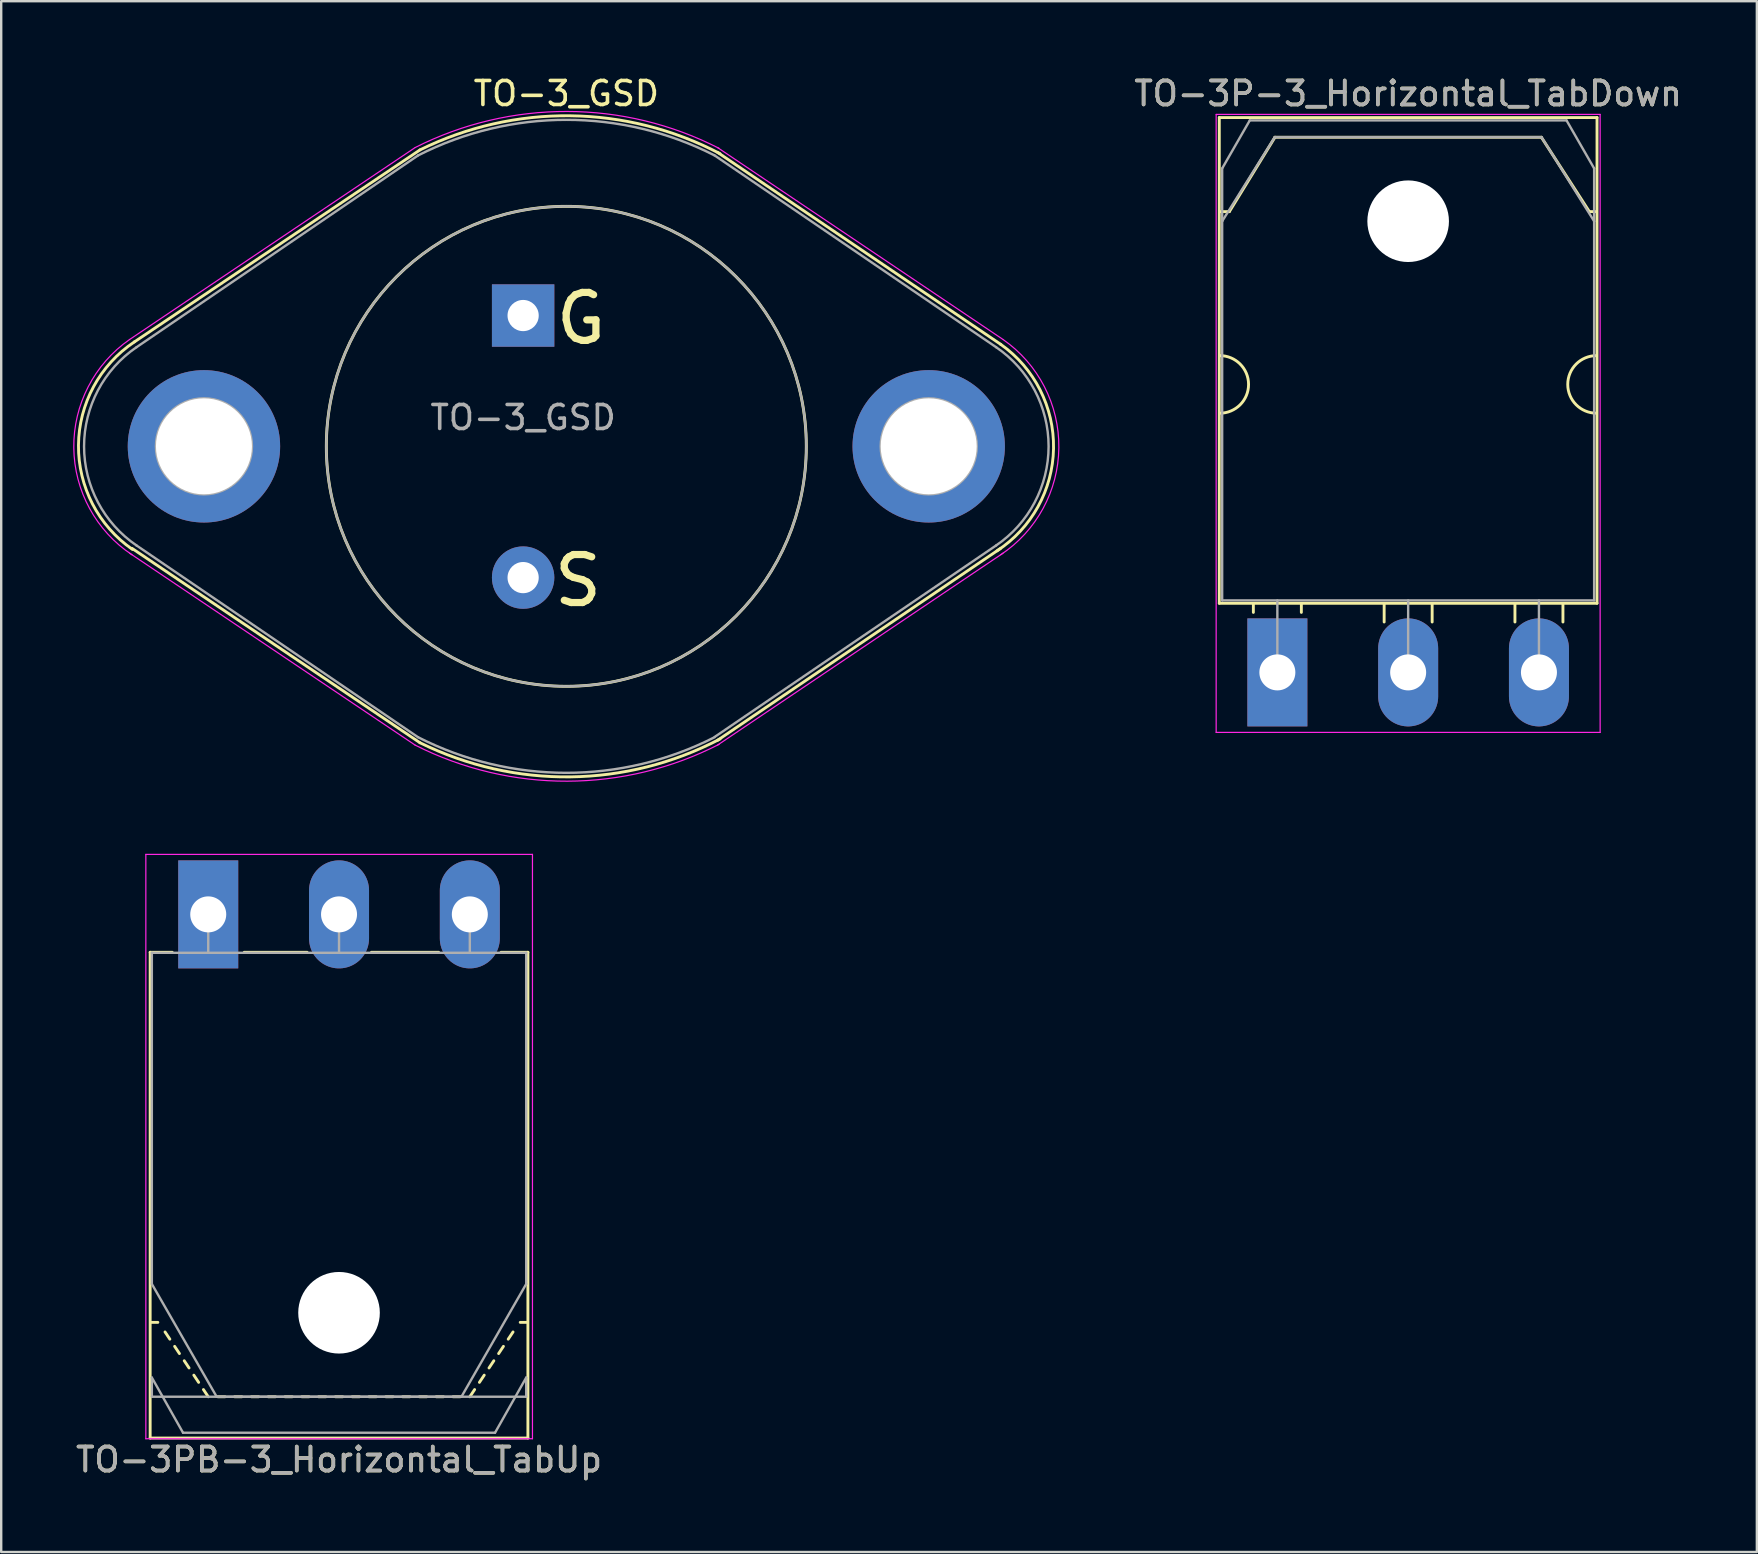
<source format=kicad_pcb>
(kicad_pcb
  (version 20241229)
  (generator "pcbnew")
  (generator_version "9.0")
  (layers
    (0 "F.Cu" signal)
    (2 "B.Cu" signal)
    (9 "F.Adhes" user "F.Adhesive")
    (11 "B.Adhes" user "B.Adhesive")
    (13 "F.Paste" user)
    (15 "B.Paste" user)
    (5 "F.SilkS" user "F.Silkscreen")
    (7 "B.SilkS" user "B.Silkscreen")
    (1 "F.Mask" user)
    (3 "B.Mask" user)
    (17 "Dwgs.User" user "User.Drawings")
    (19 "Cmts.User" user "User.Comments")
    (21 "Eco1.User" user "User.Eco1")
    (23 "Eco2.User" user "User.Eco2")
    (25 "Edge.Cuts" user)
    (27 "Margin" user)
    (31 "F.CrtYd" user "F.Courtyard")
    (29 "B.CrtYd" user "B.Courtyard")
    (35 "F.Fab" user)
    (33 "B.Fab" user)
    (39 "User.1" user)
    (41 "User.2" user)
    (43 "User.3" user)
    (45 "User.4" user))
  (footprint "TO-3_GSD"
    (layer "F.Cu")
    (at 18.748 10.098)
    (property "Reference" "TO-3_GSD" (at 1.8 -9.25 0) (layer "F.SilkS") (effects (font (size 1 1) (thickness 0.15))))
    (attr through_hole)
    (fp_line (start -4.3 -6.9) (end -16.2 1.1) (stroke (width 0.12) (type solid)) (layer "F.SilkS"))
    (fp_line (start -4.3 17.8) (end -16.3 9.7) (stroke (width 0.12) (type solid)) (layer "F.SilkS"))
    (fp_line (start 8.1 -6.8) (end 19.9 1.2) (stroke (width 0.12) (type solid)) (layer "F.SilkS"))
    (fp_line (start 8.1 17.7) (end 19.9 9.7) (stroke (width 0.12) (type solid)) (layer "F.SilkS"))
    (fp_arc (start -16.276967 9.747694) (mid -18.527843 5.403471) (end -16.2 1.1) (stroke (width 0.12) (type solid)) (layer "F.SilkS"))
    (fp_arc (start -4.3 -6.9) (mid 1.971643 -8.323273) (end 8.20587 -6.744152) (stroke (width 0.12) (type solid)) (layer "F.SilkS"))
    (fp_arc (start 8.20587 17.644152) (mid 1.971643 19.223273) (end -4.3 17.8) (stroke (width 0.12) (type solid)) (layer "F.SilkS"))
    (fp_arc (start 19.9 1.2) (mid 22.101343 5.542388) (end 19.747176 9.803859) (stroke (width 0.12) (type solid)) (layer "F.SilkS"))
    (fp_circle (center 1.8 5.45) (end 11.8 5.4) (stroke (width 0.12) (type solid)) (fill no) (layer "F.SilkS"))
    (fp_line (start -4.5 -7) (end -16.4 1) (stroke (width 0.05) (type solid)) (layer "F.CrtYd"))
    (fp_line (start -4.5 17.9) (end -16.4 9.9) (stroke (width 0.05) (type solid)) (layer "F.CrtYd"))
    (fp_line (start 8.1 -7) (end 20 1) (stroke (width 0.05) (type solid)) (layer "F.CrtYd"))
    (fp_line (start 8.1 17.9) (end 20 9.9) (stroke (width 0.05) (type solid)) (layer "F.CrtYd"))
    (fp_arc (start -16.296319 9.970461) (mid -18.722967 5.512679) (end -16.4 1) (stroke (width 0.05) (type solid)) (layer "F.CrtYd"))
    (fp_arc (start -4.5 -7) (mid 1.838841 -8.503171) (end 8.169214 -6.964733) (stroke (width 0.05) (type solid)) (layer "F.CrtYd"))
    (fp_arc (start 8.169214 17.864733) (mid 1.838841 19.403171) (end -4.5 17.9) (stroke (width 0.05) (type solid)) (layer "F.CrtYd"))
    (fp_arc (start 20 1) (mid 22.322967 5.512679) (end 19.896319 9.970461) (stroke (width 0.05) (type solid)) (layer "F.CrtYd"))
    (fp_line (start -4.38 -6.67) (end -16.11 1.32) (stroke (width 0.1) (type solid)) (layer "F.Fab"))
    (fp_line (start -4.38 17.57) (end -16.11 9.58) (stroke (width 0.1) (type solid)) (layer "F.Fab"))
    (fp_line (start 7.98 -6.67) (end 19.71 1.32) (stroke (width 0.1) (type solid)) (layer "F.Fab"))
    (fp_line (start 7.98 17.56) (end 19.71 9.58) (stroke (width 0.1) (type solid)) (layer "F.Fab"))
    (fp_arc (start -16.105547 9.583026) (mid -18.295297 5.452692) (end -16.11 1.32) (stroke (width 0.1) (type solid)) (layer "F.Fab"))
    (fp_arc (start -4.38 -6.67) (mid 1.795945 -8.15466) (end 7.972773 -6.673682) (stroke (width 0.1) (type solid)) (layer "F.Fab"))
    (fp_arc (start 7.972773 17.573682) (mid 1.795945 19.05466) (end -4.38 17.57) (stroke (width 0.1) (type solid)) (layer "F.Fab"))
    (fp_arc (start 19.71 1.32) (mid 21.895297 5.452692) (end 19.705547 9.583026) (stroke (width 0.1) (type solid)) (layer "F.Fab"))
    (fp_circle (center -13.3 5.45) (end -15.3 5.45) (stroke (width 0.1) (type solid)) (fill no) (layer "F.Fab"))
    (fp_circle (center 1.8 5.45) (end 11.8 5.45) (stroke (width 0.1) (type solid)) (fill no) (layer "F.Fab"))
    (fp_circle (center 16.9 5.45) (end 18.9 5.45) (stroke (width 0.1) (type solid)) (fill no) (layer "F.Fab"))
    (fp_text user "S" (at 2.286 11.049 0) (layer "F.SilkS") (effects (font (size 2 2) (thickness 0.3))))
    (fp_text user "G" (at 2.413 0.127 0) (layer "F.SilkS") (effects (font (size 2 2) (thickness 0.3))))
    (fp_text user "${REFERENCE}" (at 0 4.25 0) (layer "F.Fab") (effects (font (size 1 1) (thickness 0.15))))
    (pad "1" thru_hole rect (at 0 0) (size 2.6 2.6) (drill 1.3) (layers "*.Cu" "*.Mask"))
    (pad "2" thru_hole circle (at 0 10.92) (size 2.6 2.6) (drill 1.3) (layers "*.Cu" "*.Mask"))
    (pad "3" thru_hole circle (at -13.3 5.45) (size 6.35 6.35) (drill 4) (layers "*.Cu" "*.Mask"))
    (pad "3" thru_hole circle (at 16.9 5.45) (size 6.35 6.35) (drill 4) (layers "*.Cu" "*.Mask")))
  (footprint "TO-3P-3_Horizontal_TabDown"
    (layer "F.Cu")
    (at 50.176 24.968)
    (property "Reference" "TO-3P-3_Horizontal_TabDown" (at 5.45 -24.12 0) (layer "F.SilkS") (effects (font (size 1 1) (thickness 0.15))))
    (attr through_hole)
    (fp_line (start -2.42 -23.12) (end -2.42 -2.88) (stroke (width 0.12) (type solid)) (layer "F.SilkS"))
    (fp_line (start -2.42 -23.12) (end 13.32 -23.12) (stroke (width 0.12) (type solid)) (layer "F.SilkS"))
    (fp_line (start -2.42 -2.88) (end 13.32 -2.88) (stroke (width 0.12) (type solid)) (layer "F.SilkS"))
    (fp_line (start -2 -19.2) (end -2.4 -19.2) (stroke (width 0.12) (type solid)) (layer "F.SilkS"))
    (fp_line (start -2 -19.2) (end -0.1 -22.3) (stroke (width 0.12) (type solid)) (layer "F.SilkS"))
    (fp_line (start -1 -2.85) (end -1 -2.5) (stroke (width 0.12) (type solid)) (layer "F.SilkS"))
    (fp_line (start -0.1 -22.3) (end 11 -22.3) (stroke (width 0.12) (type solid)) (layer "F.SilkS"))
    (fp_line (start 1 -2.85) (end 1 -2.5) (stroke (width 0.12) (type solid)) (layer "F.SilkS"))
    (fp_line (start 4.45 -2.85) (end 4.45 -2.1) (stroke (width 0.12) (type solid)) (layer "F.SilkS"))
    (fp_line (start 6.45 -2.85) (end 6.45 -2.1) (stroke (width 0.12) (type solid)) (layer "F.SilkS"))
    (fp_line (start 9.9 -2.85) (end 9.9 -2.1) (stroke (width 0.12) (type solid)) (layer "F.SilkS"))
    (fp_line (start 11 -22.3) (end 13 -19.2) (stroke (width 0.12) (type solid)) (layer "F.SilkS"))
    (fp_line (start 11.9 -2.85) (end 11.9 -2.1) (stroke (width 0.12) (type solid)) (layer "F.SilkS"))
    (fp_line (start 13 -19.2) (end 13.3 -19.2) (stroke (width 0.12) (type solid)) (layer "F.SilkS"))
    (fp_line (start 13.32 -23.12) (end 13.32 -2.88) (stroke (width 0.12) (type solid)) (layer "F.SilkS"))
    (fp_arc (start -2.4 -13.2) (mid -1.2 -12) (end -2.4 -10.8) (stroke (width 0.12) (type solid)) (layer "F.SilkS"))
    (fp_arc (start 13.3 -10.8) (mid 12.1 -12) (end 13.3 -13.2) (stroke (width 0.12) (type solid)) (layer "F.SilkS"))
    (fp_line (start -2.55 -23.25) (end -2.55 2.5) (stroke (width 0.05) (type solid)) (layer "F.CrtYd"))
    (fp_line (start -2.55 2.5) (end 13.45 2.5) (stroke (width 0.05) (type solid)) (layer "F.CrtYd"))
    (fp_line (start 13.45 -23.25) (end -2.55 -23.25) (stroke (width 0.05) (type solid)) (layer "F.CrtYd"))
    (fp_line (start 13.45 2.5) (end 13.45 -23.25) (stroke (width 0.05) (type solid)) (layer "F.CrtYd"))
    (fp_line (start -2.3 -21) (end -1.15 -23) (stroke (width 0.1) (type solid)) (layer "F.Fab"))
    (fp_line (start -2.3 -18.8) (end -2.3 -21) (stroke (width 0.1) (type solid)) (layer "F.Fab"))
    (fp_line (start -2.3 -18.8) (end -0.11 -22.3) (stroke (width 0.1) (type solid)) (layer "F.Fab"))
    (fp_line (start -2.3 -3) (end -2.3 -18.8) (stroke (width 0.1) (type solid)) (layer "F.Fab"))
    (fp_line (start -1.15 -23) (end 12.05 -23) (stroke (width 0.1) (type solid)) (layer "F.Fab"))
    (fp_line (start -0.11 -22.3) (end 11.01 -22.3) (stroke (width 0.1) (type solid)) (layer "F.Fab"))
    (fp_line (start 0 -3) (end 0 0) (stroke (width 0.1) (type solid)) (layer "F.Fab"))
    (fp_line (start 5.45 -3) (end 5.45 0) (stroke (width 0.1) (type solid)) (layer "F.Fab"))
    (fp_line (start 10.9 -3) (end 10.9 0) (stroke (width 0.1) (type solid)) (layer "F.Fab"))
    (fp_line (start 11.01 -22.3) (end 13.2 -18.8) (stroke (width 0.1) (type solid)) (layer "F.Fab"))
    (fp_line (start 12.05 -23) (end 13.2 -21) (stroke (width 0.1) (type solid)) (layer "F.Fab"))
    (fp_line (start 13.2 -21) (end 13.2 -18.8) (stroke (width 0.1) (type solid)) (layer "F.Fab"))
    (fp_line (start 13.2 -18.8) (end 13.2 -3) (stroke (width 0.1) (type solid)) (layer "F.Fab"))
    (fp_line (start 13.2 -3) (end -2.3 -3) (stroke (width 0.1) (type solid)) (layer "F.Fab"))
    (fp_circle (center 5.45 -18.8) (end 7.05 -18.8) (stroke (width 0.1) (type solid)) (fill no) (layer "F.Fab"))
    (fp_text user "${REFERENCE}" (at 5.45 -24.12 0) (layer "F.Fab") (effects (font (size 1 1) (thickness 0.15))))
    (pad "" np_thru_hole oval (at 5.45 -18.8) (size 3.4 3.4) (drill 3.4) (layers "*.Cu" "*.Mask"))
    (pad "1" thru_hole rect (at 0 0) (size 2.5 4.5) (drill 1.5) (layers "*.Cu" "*.Mask"))
    (pad "2" thru_hole oval (at 5.45 0) (size 2.5 4.5) (drill 1.5) (layers "*.Cu" "*.Mask"))
    (pad "3" thru_hole oval (at 10.9 0) (size 2.5 4.5) (drill 1.5) (layers "*.Cu" "*.Mask")))
  (footprint "TO-3PB-3_Horizontal_TabUp"
    (layer "F.Cu")
    (at 5.627 35.051)
    (property "Reference" "TO-3PB-3_Horizontal_TabUp" (at 5.45 22.72 0) (layer "F.SilkS") (effects (font (size 1 1) (thickness 0.15))))
    (attr through_hole)
    (fp_line (start -2.42 21.82) (end -2.42 1.58) (stroke (width 0.12) (type solid)) (layer "F.SilkS"))
    (fp_line (start -2.1 17) (end -2.4 17) (stroke (width 0.12) (type solid)) (layer "F.SilkS"))
    (fp_line (start -1.8 17.4) (end -1.6 17.7) (stroke (width 0.12) (type solid)) (layer "F.SilkS"))
    (fp_line (start -1.5 1.58) (end -2.42 1.58) (stroke (width 0.12) (type solid)) (layer "F.SilkS"))
    (fp_line (start -1.4 18) (end -1.2 18.3) (stroke (width 0.12) (type solid)) (layer "F.SilkS"))
    (fp_line (start -1 18.6) (end -0.8 18.9) (stroke (width 0.12) (type solid)) (layer "F.SilkS"))
    (fp_line (start -0.6 19.2) (end -0.4 19.5) (stroke (width 0.12) (type solid)) (layer "F.SilkS"))
    (fp_line (start -0.2 19.8) (end 0 20.1) (stroke (width 0.12) (type solid)) (layer "F.SilkS"))
    (fp_line (start 0.7 20.1) (end 0.4 20.1) (stroke (width 0.12) (type solid)) (layer "F.SilkS"))
    (fp_line (start 1.4 20.1) (end 1.1 20.1) (stroke (width 0.12) (type solid)) (layer "F.SilkS"))
    (fp_line (start 2.1 20.1) (end 1.8 20.1) (stroke (width 0.12) (type solid)) (layer "F.SilkS"))
    (fp_line (start 2.8 20.1) (end 2.5 20.1) (stroke (width 0.12) (type solid)) (layer "F.SilkS"))
    (fp_line (start 3.5 20.1) (end 3.2 20.1) (stroke (width 0.12) (type solid)) (layer "F.SilkS"))
    (fp_line (start 4.12 1.58) (end 1.5 1.58) (stroke (width 0.12) (type solid)) (layer "F.SilkS"))
    (fp_line (start 4.2 20.1) (end 3.9 20.1) (stroke (width 0.12) (type solid)) (layer "F.SilkS"))
    (fp_line (start 4.9 20.1) (end 4.6 20.1) (stroke (width 0.12) (type solid)) (layer "F.SilkS"))
    (fp_line (start 5.6 20.1) (end 5.3 20.1) (stroke (width 0.12) (type solid)) (layer "F.SilkS"))
    (fp_line (start 6.3 20.1) (end 6 20.1) (stroke (width 0.12) (type solid)) (layer "F.SilkS"))
    (fp_line (start 7 20.1) (end 6.7 20.1) (stroke (width 0.12) (type solid)) (layer "F.SilkS"))
    (fp_line (start 7.7 20.1) (end 7.4 20.1) (stroke (width 0.12) (type solid)) (layer "F.SilkS"))
    (fp_line (start 8.4 20.1) (end 8.1 20.1) (stroke (width 0.12) (type solid)) (layer "F.SilkS"))
    (fp_line (start 9.1 20.1) (end 8.8 20.1) (stroke (width 0.12) (type solid)) (layer "F.SilkS"))
    (fp_line (start 9.6 1.58) (end 6.8 1.58) (stroke (width 0.12) (type solid)) (layer "F.SilkS"))
    (fp_line (start 9.8 20.1) (end 9.5 20.1) (stroke (width 0.12) (type solid)) (layer "F.SilkS"))
    (fp_line (start 10.5 20.1) (end 10.2 20.1) (stroke (width 0.12) (type solid)) (layer "F.SilkS"))
    (fp_line (start 11.1 19.8) (end 10.9 20.1) (stroke (width 0.12) (type solid)) (layer "F.SilkS"))
    (fp_line (start 11.5 19.2) (end 11.3 19.5) (stroke (width 0.12) (type solid)) (layer "F.SilkS"))
    (fp_line (start 11.9 18.6) (end 11.7 18.9) (stroke (width 0.12) (type solid)) (layer "F.SilkS"))
    (fp_line (start 12.3 18) (end 12.1 18.3) (stroke (width 0.12) (type solid)) (layer "F.SilkS"))
    (fp_line (start 12.7 17.4) (end 12.5 17.7) (stroke (width 0.12) (type solid)) (layer "F.SilkS"))
    (fp_line (start 13 17) (end 13.3 17) (stroke (width 0.12) (type solid)) (layer "F.SilkS"))
    (fp_line (start 13.32 1.58) (end 12.2 1.58) (stroke (width 0.12) (type solid)) (layer "F.SilkS"))
    (fp_line (start 13.32 21.82) (end -2.42 21.82) (stroke (width 0.12) (type solid)) (layer "F.SilkS"))
    (fp_line (start 13.32 21.82) (end 13.32 1.58) (stroke (width 0.12) (type solid)) (layer "F.SilkS"))
    (fp_line (start -2.6 -2.5) (end -2.6 21.85) (stroke (width 0.05) (type solid)) (layer "F.CrtYd"))
    (fp_line (start -2.6 21.85) (end 13.51 21.85) (stroke (width 0.05) (type solid)) (layer "F.CrtYd"))
    (fp_line (start 13.51 -2.5) (end -2.6 -2.5) (stroke (width 0.05) (type solid)) (layer "F.CrtYd"))
    (fp_line (start 13.51 21.85) (end 13.51 -2.5) (stroke (width 0.05) (type solid)) (layer "F.CrtYd"))
    (fp_line (start -2.35 1.6) (end -2.35 15.401) (stroke (width 0.1) (type solid)) (layer "F.Fab"))
    (fp_line (start -2.35 15.401) (end 0.351 20.1) (stroke (width 0.1) (type solid)) (layer "F.Fab"))
    (fp_line (start -2.35 19.3) (end -1.05 21.6) (stroke (width 0.1) (type solid)) (layer "F.Fab"))
    (fp_line (start -2.35 20.1) (end -2.35 19.3) (stroke (width 0.1) (type solid)) (layer "F.Fab"))
    (fp_line (start -1.05 21.6) (end 11.95 21.6) (stroke (width 0.1) (type solid)) (layer "F.Fab"))
    (fp_line (start 0 1.6) (end 0 0) (stroke (width 0.1) (type solid)) (layer "F.Fab"))
    (fp_line (start 0.351 20.1) (end 10.55 20.1) (stroke (width 0.1) (type solid)) (layer "F.Fab"))
    (fp_line (start 5.45 1.6) (end 5.45 0) (stroke (width 0.1) (type solid)) (layer "F.Fab"))
    (fp_line (start 10.55 20.1) (end 13.25 15.401) (stroke (width 0.1) (type solid)) (layer "F.Fab"))
    (fp_line (start 10.9 1.6) (end 10.9 0) (stroke (width 0.1) (type solid)) (layer "F.Fab"))
    (fp_line (start 11.95 21.6) (end 13.25 19.3) (stroke (width 0.1) (type solid)) (layer "F.Fab"))
    (fp_line (start 13.25 1.6) (end -2.35 1.6) (stroke (width 0.1) (type solid)) (layer "F.Fab"))
    (fp_line (start 13.25 15.401) (end 13.25 1.6) (stroke (width 0.1) (type solid)) (layer "F.Fab"))
    (fp_line (start 13.25 19.3) (end 13.25 20.1) (stroke (width 0.1) (type solid)) (layer "F.Fab"))
    (fp_line (start 13.25 20.1) (end -2.35 20.1) (stroke (width 0.1) (type solid)) (layer "F.Fab"))
    (fp_circle (center 5.45 16.6) (end 7.05 16.6) (stroke (width 0.1) (type solid)) (fill no) (layer "F.Fab"))
    (fp_text user "${REFERENCE}" (at 5.45 22.72 0) (layer "F.Fab") (effects (font (size 1 1) (thickness 0.15))))
    (pad "" np_thru_hole oval (at 5.45 16.6) (size 3.4 3.4) (drill 3.4) (layers "*.Cu" "*.Mask"))
    (pad "1" thru_hole rect (at 0 0) (size 2.5 4.5) (drill 1.5) (layers "*.Cu" "*.Mask"))
    (pad "2" thru_hole oval (at 5.45 0) (size 2.5 4.5) (drill 1.5) (layers "*.Cu" "*.Mask"))
    (pad "3" thru_hole oval (at 10.9 0) (size 2.5 4.5) (drill 1.5) (layers "*.Cu" "*.Mask")))
  (gr_rect
    (start -3 -3)
    (end 70.156 61.62)
    (stroke (width 0.1) (type default))
    (fill no)
    (layer "Edge.Cuts")))
</source>
